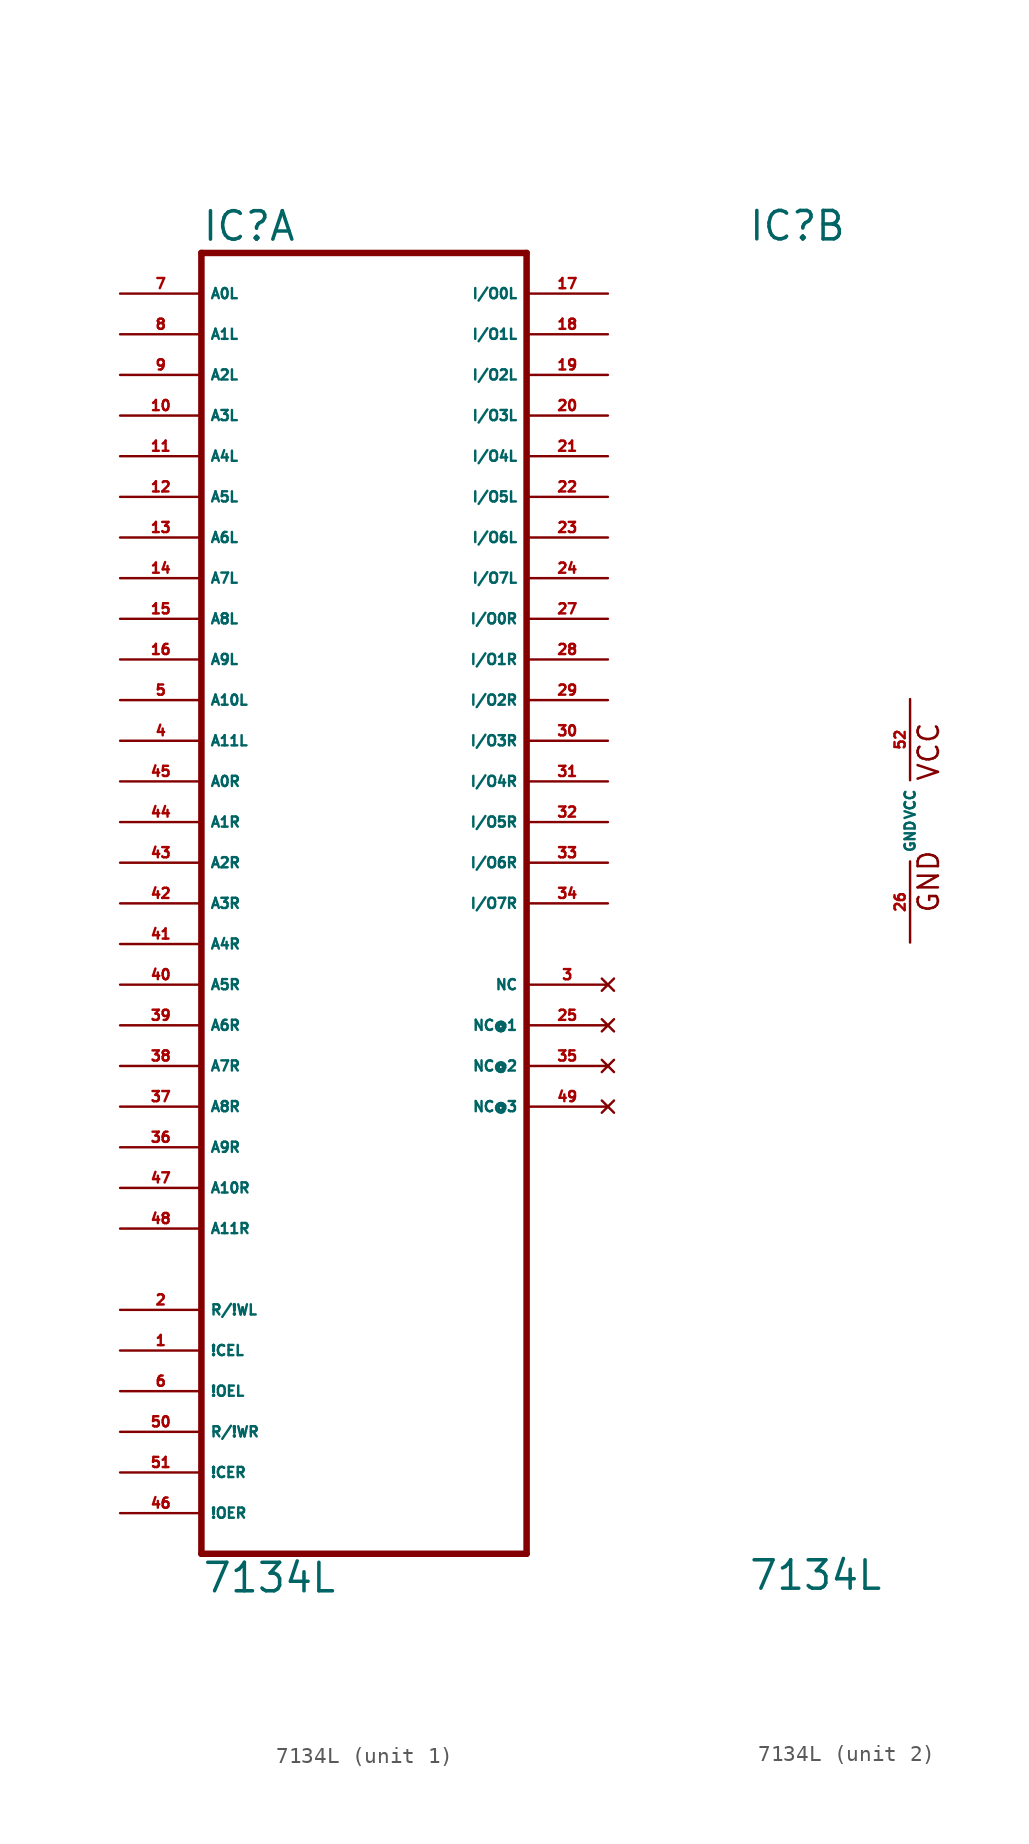
<source format=kicad_sym>
(kicad_symbol_lib
  (version 20220914)
  (generator Eagle2Kicad)
  (symbol "7134L"
    (property "Reference" "IC"
      (at -10.16 36.195 0)
      (effects (font (size 1.778 1.778) (thickness 0.22)) (justify left bottom)))
    (property "Value" "7134L"
      (at -10.16 -48.26 0)
      (effects (font (size 1.778 1.778) (thickness 0.22)) (justify left bottom)))
    (symbol "7134L_1_0"
      (polyline (pts (xy -10.16 -45.72) (xy 10.16 -45.72)) (stroke (width 0.406) (type default)) (fill (type none)))
      (polyline (pts (xy 10.16 -45.72) (xy 10.16 35.56)) (stroke (width 0.406) (type default)) (fill (type none)))
      (polyline (pts (xy 10.16 35.56) (xy -10.16 35.56)) (stroke (width 0.406) (type default)) (fill (type none)))
      (polyline (pts (xy -10.16 35.56) (xy -10.16 -45.72)) (stroke (width 0.406) (type default)) (fill (type none)))
      (pin input line (at -15.24 33.02 0) (length 5.08) (name "A0L" (effects (font (size 0.635 0.635) (thickness 0.08)) (justify left bottom))) (number "7" (effects (font (size 0.635 0.635) (thickness 0.08)) (justify left bottom))))
      (pin input line (at -15.24 30.48 0) (length 5.08) (name "A1L" (effects (font (size 0.635 0.635) (thickness 0.08)) (justify left bottom))) (number "8" (effects (font (size 0.635 0.635) (thickness 0.08)) (justify left bottom))))
      (pin input line (at -15.24 27.94 0) (length 5.08) (name "A2L" (effects (font (size 0.635 0.635) (thickness 0.08)) (justify left bottom))) (number "9" (effects (font (size 0.635 0.635) (thickness 0.08)) (justify left bottom))))
      (pin input line (at -15.24 25.4 0) (length 5.08) (name "A3L" (effects (font (size 0.635 0.635) (thickness 0.08)) (justify left bottom))) (number "10" (effects (font (size 0.635 0.635) (thickness 0.08)) (justify left bottom))))
      (pin input line (at -15.24 22.86 0) (length 5.08) (name "A4L" (effects (font (size 0.635 0.635) (thickness 0.08)) (justify left bottom))) (number "11" (effects (font (size 0.635 0.635) (thickness 0.08)) (justify left bottom))))
      (pin input line (at -15.24 20.32 0) (length 5.08) (name "A5L" (effects (font (size 0.635 0.635) (thickness 0.08)) (justify left bottom))) (number "12" (effects (font (size 0.635 0.635) (thickness 0.08)) (justify left bottom))))
      (pin input line (at -15.24 17.78 0) (length 5.08) (name "A6L" (effects (font (size 0.635 0.635) (thickness 0.08)) (justify left bottom))) (number "13" (effects (font (size 0.635 0.635) (thickness 0.08)) (justify left bottom))))
      (pin input line (at -15.24 15.24 0) (length 5.08) (name "A7L" (effects (font (size 0.635 0.635) (thickness 0.08)) (justify left bottom))) (number "14" (effects (font (size 0.635 0.635) (thickness 0.08)) (justify left bottom))))
      (pin input line (at -15.24 12.7 0) (length 5.08) (name "A8L" (effects (font (size 0.635 0.635) (thickness 0.08)) (justify left bottom))) (number "15" (effects (font (size 0.635 0.635) (thickness 0.08)) (justify left bottom))))
      (pin input line (at -15.24 10.16 0) (length 5.08) (name "A9L" (effects (font (size 0.635 0.635) (thickness 0.08)) (justify left bottom))) (number "16" (effects (font (size 0.635 0.635) (thickness 0.08)) (justify left bottom))))
      (pin input line (at -15.24 2.54 0) (length 5.08) (name "A0R" (effects (font (size 0.635 0.635) (thickness 0.08)) (justify left bottom))) (number "45" (effects (font (size 0.635 0.635) (thickness 0.08)) (justify left bottom))))
      (pin input line (at -15.24 0 0) (length 5.08) (name "A1R" (effects (font (size 0.635 0.635) (thickness 0.08)) (justify left bottom))) (number "44" (effects (font (size 0.635 0.635) (thickness 0.08)) (justify left bottom))))
      (pin input line (at -15.24 -2.54 0) (length 5.08) (name "A2R" (effects (font (size 0.635 0.635) (thickness 0.08)) (justify left bottom))) (number "43" (effects (font (size 0.635 0.635) (thickness 0.08)) (justify left bottom))))
      (pin input line (at -15.24 -5.08 0) (length 5.08) (name "A3R" (effects (font (size 0.635 0.635) (thickness 0.08)) (justify left bottom))) (number "42" (effects (font (size 0.635 0.635) (thickness 0.08)) (justify left bottom))))
      (pin input line (at -15.24 -7.62 0) (length 5.08) (name "A4R" (effects (font (size 0.635 0.635) (thickness 0.08)) (justify left bottom))) (number "41" (effects (font (size 0.635 0.635) (thickness 0.08)) (justify left bottom))))
      (pin input line (at -15.24 -10.16 0) (length 5.08) (name "A5R" (effects (font (size 0.635 0.635) (thickness 0.08)) (justify left bottom))) (number "40" (effects (font (size 0.635 0.635) (thickness 0.08)) (justify left bottom))))
      (pin input line (at -15.24 -12.7 0) (length 5.08) (name "A6R" (effects (font (size 0.635 0.635) (thickness 0.08)) (justify left bottom))) (number "39" (effects (font (size 0.635 0.635) (thickness 0.08)) (justify left bottom))))
      (pin input line (at -15.24 -15.24 0) (length 5.08) (name "A7R" (effects (font (size 0.635 0.635) (thickness 0.08)) (justify left bottom))) (number "38" (effects (font (size 0.635 0.635) (thickness 0.08)) (justify left bottom))))
      (pin input line (at -15.24 -17.78 0) (length 5.08) (name "A8R" (effects (font (size 0.635 0.635) (thickness 0.08)) (justify left bottom))) (number "37" (effects (font (size 0.635 0.635) (thickness 0.08)) (justify left bottom))))
      (pin input line (at -15.24 -20.32 0) (length 5.08) (name "A9R" (effects (font (size 0.635 0.635) (thickness 0.08)) (justify left bottom))) (number "36" (effects (font (size 0.635 0.635) (thickness 0.08)) (justify left bottom))))
      (pin bidirectional line (at 15.24 33.02 180) (length 5.08) (name "I/O0L" (effects (font (size 0.635 0.635) (thickness 0.08)) (justify left bottom))) (number "17" (effects (font (size 0.635 0.635) (thickness 0.08)) (justify left bottom))))
      (pin bidirectional line (at 15.24 30.48 180) (length 5.08) (name "I/O1L" (effects (font (size 0.635 0.635) (thickness 0.08)) (justify left bottom))) (number "18" (effects (font (size 0.635 0.635) (thickness 0.08)) (justify left bottom))))
      (pin bidirectional line (at 15.24 27.94 180) (length 5.08) (name "I/O2L" (effects (font (size 0.635 0.635) (thickness 0.08)) (justify left bottom))) (number "19" (effects (font (size 0.635 0.635) (thickness 0.08)) (justify left bottom))))
      (pin bidirectional line (at 15.24 25.4 180) (length 5.08) (name "I/O3L" (effects (font (size 0.635 0.635) (thickness 0.08)) (justify left bottom))) (number "20" (effects (font (size 0.635 0.635) (thickness 0.08)) (justify left bottom))))
      (pin bidirectional line (at 15.24 22.86 180) (length 5.08) (name "I/O4L" (effects (font (size 0.635 0.635) (thickness 0.08)) (justify left bottom))) (number "21" (effects (font (size 0.635 0.635) (thickness 0.08)) (justify left bottom))))
      (pin bidirectional line (at 15.24 20.32 180) (length 5.08) (name "I/O5L" (effects (font (size 0.635 0.635) (thickness 0.08)) (justify left bottom))) (number "22" (effects (font (size 0.635 0.635) (thickness 0.08)) (justify left bottom))))
      (pin bidirectional line (at 15.24 17.78 180) (length 5.08) (name "I/O6L" (effects (font (size 0.635 0.635) (thickness 0.08)) (justify left bottom))) (number "23" (effects (font (size 0.635 0.635) (thickness 0.08)) (justify left bottom))))
      (pin bidirectional line (at 15.24 15.24 180) (length 5.08) (name "I/O7L" (effects (font (size 0.635 0.635) (thickness 0.08)) (justify left bottom))) (number "24" (effects (font (size 0.635 0.635) (thickness 0.08)) (justify left bottom))))
      (pin bidirectional line (at 15.24 12.7 180) (length 5.08) (name "I/O0R" (effects (font (size 0.635 0.635) (thickness 0.08)) (justify left bottom))) (number "27" (effects (font (size 0.635 0.635) (thickness 0.08)) (justify left bottom))))
      (pin bidirectional line (at 15.24 10.16 180) (length 5.08) (name "I/O1R" (effects (font (size 0.635 0.635) (thickness 0.08)) (justify left bottom))) (number "28" (effects (font (size 0.635 0.635) (thickness 0.08)) (justify left bottom))))
      (pin bidirectional line (at 15.24 7.62 180) (length 5.08) (name "I/O2R" (effects (font (size 0.635 0.635) (thickness 0.08)) (justify left bottom))) (number "29" (effects (font (size 0.635 0.635) (thickness 0.08)) (justify left bottom))))
      (pin bidirectional line (at 15.24 5.08 180) (length 5.08) (name "I/O3R" (effects (font (size 0.635 0.635) (thickness 0.08)) (justify left bottom))) (number "30" (effects (font (size 0.635 0.635) (thickness 0.08)) (justify left bottom))))
      (pin bidirectional line (at 15.24 2.54 180) (length 5.08) (name "I/O4R" (effects (font (size 0.635 0.635) (thickness 0.08)) (justify left bottom))) (number "31" (effects (font (size 0.635 0.635) (thickness 0.08)) (justify left bottom))))
      (pin bidirectional line (at 15.24 0 180) (length 5.08) (name "I/O5R" (effects (font (size 0.635 0.635) (thickness 0.08)) (justify left bottom))) (number "32" (effects (font (size 0.635 0.635) (thickness 0.08)) (justify left bottom))))
      (pin bidirectional line (at 15.24 -2.54 180) (length 5.08) (name "I/O6R" (effects (font (size 0.635 0.635) (thickness 0.08)) (justify left bottom))) (number "33" (effects (font (size 0.635 0.635) (thickness 0.08)) (justify left bottom))))
      (pin bidirectional line (at 15.24 -5.08 180) (length 5.08) (name "I/O7R" (effects (font (size 0.635 0.635) (thickness 0.08)) (justify left bottom))) (number "34" (effects (font (size 0.635 0.635) (thickness 0.08)) (justify left bottom))))
      (pin input line (at -15.24 -30.48 0) (length 5.08) (name "R/!WL" (effects (font (size 0.635 0.635) (thickness 0.08)) (justify left bottom))) (number "2" (effects (font (size 0.635 0.635) (thickness 0.08)) (justify left bottom))))
      (pin input line (at -15.24 -33.02 0) (length 5.08) (name "!CEL" (effects (font (size 0.635 0.635) (thickness 0.08)) (justify left bottom))) (number "1" (effects (font (size 0.635 0.635) (thickness 0.08)) (justify left bottom))))
      (pin input line (at -15.24 -35.56 0) (length 5.08) (name "!OEL" (effects (font (size 0.635 0.635) (thickness 0.08)) (justify left bottom))) (number "6" (effects (font (size 0.635 0.635) (thickness 0.08)) (justify left bottom))))
      (pin input line (at -15.24 -38.1 0) (length 5.08) (name "R/!WR" (effects (font (size 0.635 0.635) (thickness 0.08)) (justify left bottom))) (number "50" (effects (font (size 0.635 0.635) (thickness 0.08)) (justify left bottom))))
      (pin input line (at -15.24 5.08 0) (length 5.08) (name "A11L" (effects (font (size 0.635 0.635) (thickness 0.08)) (justify left bottom))) (number "4" (effects (font (size 0.635 0.635) (thickness 0.08)) (justify left bottom))))
      (pin input line (at -15.24 -25.4 0) (length 5.08) (name "A11R" (effects (font (size 0.635 0.635) (thickness 0.08)) (justify left bottom))) (number "48" (effects (font (size 0.635 0.635) (thickness 0.08)) (justify left bottom))))
      (pin input line (at -15.24 -40.64 0) (length 5.08) (name "!CER" (effects (font (size 0.635 0.635) (thickness 0.08)) (justify left bottom))) (number "51" (effects (font (size 0.635 0.635) (thickness 0.08)) (justify left bottom))))
      (pin input line (at -15.24 -43.18 0) (length 5.08) (name "!OER" (effects (font (size 0.635 0.635) (thickness 0.08)) (justify left bottom))) (number "46" (effects (font (size 0.635 0.635) (thickness 0.08)) (justify left bottom))))
      (pin input line (at -15.24 7.62 0) (length 5.08) (name "A10L" (effects (font (size 0.635 0.635) (thickness 0.08)) (justify left bottom))) (number "5" (effects (font (size 0.635 0.635) (thickness 0.08)) (justify left bottom))))
      (pin input line (at -15.24 -22.86 0) (length 5.08) (name "A10R" (effects (font (size 0.635 0.635) (thickness 0.08)) (justify left bottom))) (number "47" (effects (font (size 0.635 0.635) (thickness 0.08)) (justify left bottom))))
      (pin no_connect line (at 15.24 -10.16 180) (length 5.08) (name "NC" (effects (font (size 0.635 0.635) (thickness 0.08)) (justify left bottom) hide)) (number "3" (effects (font (size 0.635 0.635) (thickness 0.08)) (justify left bottom) hide)))
      (pin no_connect line (at 15.24 -12.7 180) (length 5.08) (name "NC@1" (effects (font (size 0.635 0.635) (thickness 0.08)) (justify left bottom) hide)) (number "25" (effects (font (size 0.635 0.635) (thickness 0.08)) (justify left bottom) hide)))
      (pin no_connect line (at 15.24 -15.24 180) (length 5.08) (name "NC@2" (effects (font (size 0.635 0.635) (thickness 0.08)) (justify left bottom) hide)) (number "35" (effects (font (size 0.635 0.635) (thickness 0.08)) (justify left bottom) hide)))
      (pin no_connect line (at 15.24 -17.78 180) (length 5.08) (name "NC@3" (effects (font (size 0.635 0.635) (thickness 0.08)) (justify left bottom) hide)) (number "49" (effects (font (size 0.635 0.635) (thickness 0.08)) (justify left bottom) hide))))
    (symbol "7134L_2_0"
      (text "GND" (at 1.905 -5.842 900) (effects (font (size 1.27 1.27) (thickness 0.16)) (justify left bottom)))
      (text "VCC" (at 1.905 2.413 900) (effects (font (size 1.27 1.27) (thickness 0.16)) (justify left bottom)))
      (pin unspecified line (at 0 7.62 270) (length 5.08) (name "VCC" (effects (font (size 0.635 0.635) (thickness 0.08)) (justify left bottom))) (number "52" (effects (font (size 0.635 0.635) (thickness 0.08)) (justify left bottom))))
      (pin unspecified line (at 0 -7.62 90) (length 5.08) (name "GND" (effects (font (size 0.635 0.635) (thickness 0.08)) (justify left bottom))) (number "26" (effects (font (size 0.635 0.635) (thickness 0.08)) (justify left bottom)))))))
</source>
